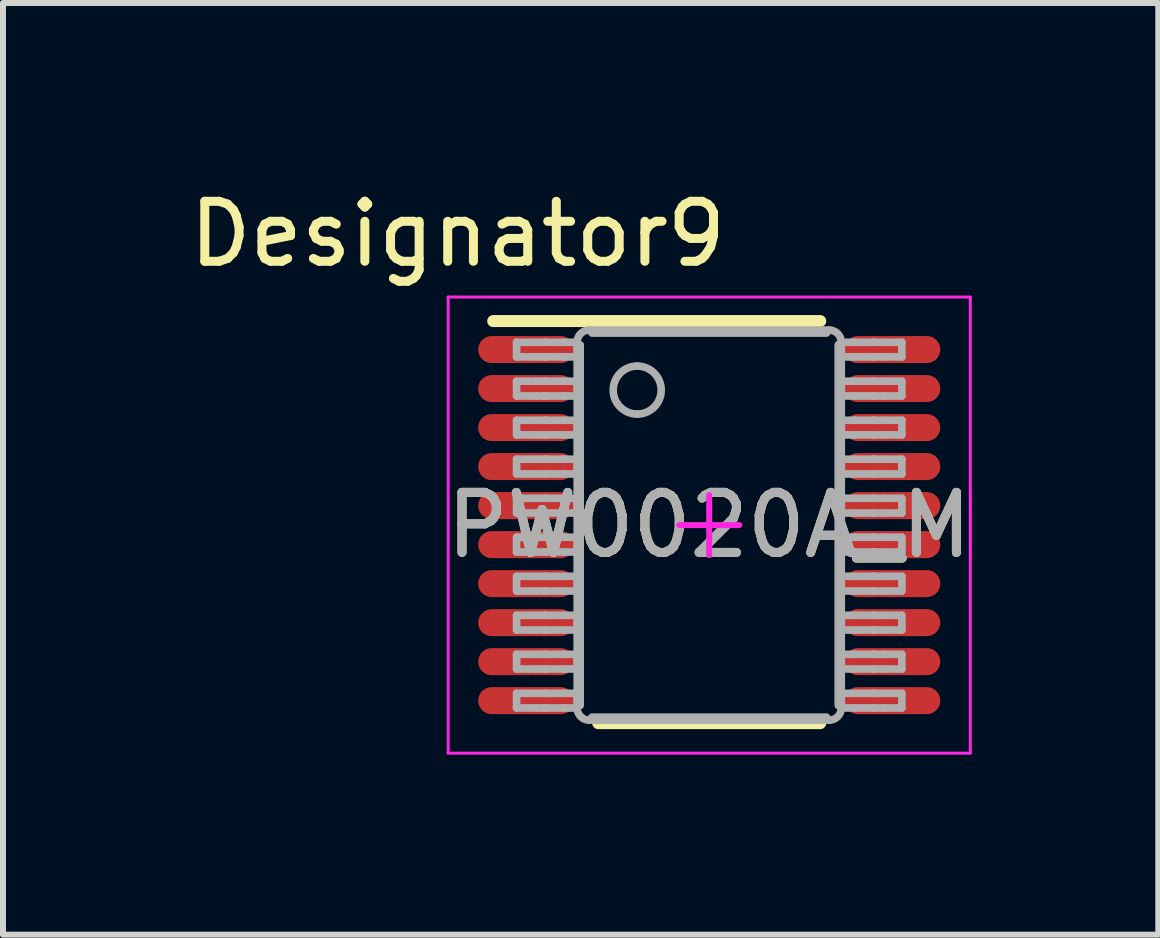
<source format=kicad_pcb>
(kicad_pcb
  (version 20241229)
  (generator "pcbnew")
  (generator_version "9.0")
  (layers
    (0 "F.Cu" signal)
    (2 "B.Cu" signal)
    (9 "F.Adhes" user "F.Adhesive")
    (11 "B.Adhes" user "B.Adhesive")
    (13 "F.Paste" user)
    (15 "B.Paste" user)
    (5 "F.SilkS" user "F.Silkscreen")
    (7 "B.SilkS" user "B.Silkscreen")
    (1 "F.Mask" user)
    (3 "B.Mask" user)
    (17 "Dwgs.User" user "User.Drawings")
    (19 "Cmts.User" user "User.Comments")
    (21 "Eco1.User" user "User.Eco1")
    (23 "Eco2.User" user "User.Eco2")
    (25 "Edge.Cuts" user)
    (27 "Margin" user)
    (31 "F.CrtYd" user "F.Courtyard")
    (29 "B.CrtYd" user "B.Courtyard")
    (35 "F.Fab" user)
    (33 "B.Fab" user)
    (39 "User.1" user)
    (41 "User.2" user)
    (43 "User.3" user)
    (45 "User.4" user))
  (footprint "PW0020A_M"
    (layer "F.Cu")
    (at 8.768 5.7)
    (property "Reference" "PW0020A_M" (at 0 0 0) (unlocked yes) (layer "F.SilkS") (effects (font (size 1 1) (thickness 0.15))))
    (attr smd)
    (fp_line (start -3.6 -3.4) (end 1.85 -3.4) (stroke (width 0.2) (type solid)) (layer "F.SilkS"))
    (fp_line (start -1.85 3.3) (end 1.85 3.3) (stroke (width 0.2) (type solid)) (layer "F.SilkS"))
    (fp_line (start -4.35 -3.8) (end 4.35 -3.8) (stroke (width 0.05) (type solid)) (layer "F.CrtYd"))
    (fp_line (start -4.35 3.8) (end -4.35 -3.8) (stroke (width 0.05) (type solid)) (layer "F.CrtYd"))
    (fp_line (start -4.35 3.8) (end 4.35 3.8) (stroke (width 0.05) (type solid)) (layer "F.CrtYd"))
    (fp_line (start -0.5 0) (end 0.5 0) (stroke (width 0.1) (type solid)) (layer "F.CrtYd"))
    (fp_line (start 0 0.5) (end 0 -0.5) (stroke (width 0.1) (type solid)) (layer "F.CrtYd"))
    (fp_line (start 4.35 3.8) (end 4.35 -3.8) (stroke (width 0.05) (type solid)) (layer "F.CrtYd"))
    (fp_line (start -3.21 -3.047) (end -2.887 -3.047) (stroke (width 0.127) (type solid)) (layer "F.Fab"))
    (fp_line (start -3.21 -2.803) (end -3.21 -3.047) (stroke (width 0.127) (type solid)) (layer "F.Fab"))
    (fp_line (start -3.21 -2.803) (end -2.887 -2.803) (stroke (width 0.127) (type solid)) (layer "F.Fab"))
    (fp_line (start -3.21 -2.398) (end -2.887 -2.398) (stroke (width 0.127) (type solid)) (layer "F.Fab"))
    (fp_line (start -3.21 -2.152) (end -3.21 -2.398) (stroke (width 0.127) (type solid)) (layer "F.Fab"))
    (fp_line (start -3.21 -2.152) (end -2.887 -2.152) (stroke (width 0.127) (type solid)) (layer "F.Fab"))
    (fp_line (start -3.21 -1.747) (end -2.887 -1.747) (stroke (width 0.127) (type solid)) (layer "F.Fab"))
    (fp_line (start -3.21 -1.503) (end -3.21 -1.747) (stroke (width 0.127) (type solid)) (layer "F.Fab"))
    (fp_line (start -3.21 -1.503) (end -2.887 -1.503) (stroke (width 0.127) (type solid)) (layer "F.Fab"))
    (fp_line (start -3.21 -1.098) (end -2.887 -1.098) (stroke (width 0.127) (type solid)) (layer "F.Fab"))
    (fp_line (start -3.21 -0.852) (end -3.21 -1.098) (stroke (width 0.127) (type solid)) (layer "F.Fab"))
    (fp_line (start -3.21 -0.852) (end -2.887 -0.852) (stroke (width 0.127) (type solid)) (layer "F.Fab"))
    (fp_line (start -3.21 -0.447) (end -2.887 -0.447) (stroke (width 0.127) (type solid)) (layer "F.Fab"))
    (fp_line (start -3.21 -0.202) (end -3.21 -0.447) (stroke (width 0.127) (type solid)) (layer "F.Fab"))
    (fp_line (start -3.21 -0.202) (end -2.887 -0.202) (stroke (width 0.127) (type solid)) (layer "F.Fab"))
    (fp_line (start -3.21 0.202) (end -2.887 0.202) (stroke (width 0.127) (type solid)) (layer "F.Fab"))
    (fp_line (start -3.21 0.448) (end -3.21 0.202) (stroke (width 0.127) (type solid)) (layer "F.Fab"))
    (fp_line (start -3.21 0.448) (end -2.887 0.448) (stroke (width 0.127) (type solid)) (layer "F.Fab"))
    (fp_line (start -3.21 0.853) (end -2.887 0.853) (stroke (width 0.127) (type solid)) (layer "F.Fab"))
    (fp_line (start -3.21 1.098) (end -3.21 0.853) (stroke (width 0.127) (type solid)) (layer "F.Fab"))
    (fp_line (start -3.21 1.098) (end -2.887 1.098) (stroke (width 0.127) (type solid)) (layer "F.Fab"))
    (fp_line (start -3.21 1.503) (end -2.887 1.503) (stroke (width 0.127) (type solid)) (layer "F.Fab"))
    (fp_line (start -3.21 1.748) (end -3.21 1.503) (stroke (width 0.127) (type solid)) (layer "F.Fab"))
    (fp_line (start -3.21 1.748) (end -2.887 1.748) (stroke (width 0.127) (type solid)) (layer "F.Fab"))
    (fp_line (start -3.21 2.153) (end -2.887 2.153) (stroke (width 0.127) (type solid)) (layer "F.Fab"))
    (fp_line (start -3.21 2.398) (end -3.21 2.153) (stroke (width 0.127) (type solid)) (layer "F.Fab"))
    (fp_line (start -3.21 2.398) (end -2.887 2.398) (stroke (width 0.127) (type solid)) (layer "F.Fab"))
    (fp_line (start -3.21 2.803) (end -2.887 2.803) (stroke (width 0.127) (type solid)) (layer "F.Fab"))
    (fp_line (start -3.21 3.047) (end -3.21 2.803) (stroke (width 0.127) (type solid)) (layer "F.Fab"))
    (fp_line (start -3.21 3.047) (end -2.887 3.047) (stroke (width 0.127) (type solid)) (layer "F.Fab"))
    (fp_line (start -2.887 -3.047) (end -2.739 -3.047) (stroke (width 0.127) (type solid)) (layer "F.Fab"))
    (fp_line (start -2.887 -2.803) (end -2.739 -2.803) (stroke (width 0.127) (type solid)) (layer "F.Fab"))
    (fp_line (start -2.887 -2.398) (end -2.739 -2.398) (stroke (width 0.127) (type solid)) (layer "F.Fab"))
    (fp_line (start -2.887 -2.152) (end -2.739 -2.152) (stroke (width 0.127) (type solid)) (layer "F.Fab"))
    (fp_line (start -2.887 -1.747) (end -2.739 -1.747) (stroke (width 0.127) (type solid)) (layer "F.Fab"))
    (fp_line (start -2.887 -1.503) (end -2.739 -1.503) (stroke (width 0.127) (type solid)) (layer "F.Fab"))
    (fp_line (start -2.887 -1.098) (end -2.739 -1.098) (stroke (width 0.127) (type solid)) (layer "F.Fab"))
    (fp_line (start -2.887 -0.852) (end -2.739 -0.852) (stroke (width 0.127) (type solid)) (layer "F.Fab"))
    (fp_line (start -2.887 -0.447) (end -2.739 -0.447) (stroke (width 0.127) (type solid)) (layer "F.Fab"))
    (fp_line (start -2.887 -0.202) (end -2.739 -0.202) (stroke (width 0.127) (type solid)) (layer "F.Fab"))
    (fp_line (start -2.887 0.202) (end -2.739 0.202) (stroke (width 0.127) (type solid)) (layer "F.Fab"))
    (fp_line (start -2.887 0.448) (end -2.739 0.448) (stroke (width 0.127) (type solid)) (layer "F.Fab"))
    (fp_line (start -2.887 0.853) (end -2.739 0.853) (stroke (width 0.127) (type solid)) (layer "F.Fab"))
    (fp_line (start -2.887 1.098) (end -2.739 1.098) (stroke (width 0.127) (type solid)) (layer "F.Fab"))
    (fp_line (start -2.887 1.503) (end -2.739 1.503) (stroke (width 0.127) (type solid)) (layer "F.Fab"))
    (fp_line (start -2.887 1.748) (end -2.739 1.748) (stroke (width 0.127) (type solid)) (layer "F.Fab"))
    (fp_line (start -2.887 2.153) (end -2.739 2.153) (stroke (width 0.127) (type solid)) (layer "F.Fab"))
    (fp_line (start -2.887 2.398) (end -2.739 2.398) (stroke (width 0.127) (type solid)) (layer "F.Fab"))
    (fp_line (start -2.887 2.803) (end -2.739 2.803) (stroke (width 0.127) (type solid)) (layer "F.Fab"))
    (fp_line (start -2.887 3.047) (end -2.739 3.047) (stroke (width 0.127) (type solid)) (layer "F.Fab"))
    (fp_line (start -2.739 -3.047) (end -2.733 -3.047) (stroke (width 0.127) (type solid)) (layer "F.Fab"))
    (fp_line (start -2.739 -2.803) (end -2.733 -2.803) (stroke (width 0.127) (type solid)) (layer "F.Fab"))
    (fp_line (start -2.739 -2.398) (end -2.733 -2.398) (stroke (width 0.127) (type solid)) (layer "F.Fab"))
    (fp_line (start -2.739 -2.152) (end -2.733 -2.152) (stroke (width 0.127) (type solid)) (layer "F.Fab"))
    (fp_line (start -2.739 -1.747) (end -2.733 -1.747) (stroke (width 0.127) (type solid)) (layer "F.Fab"))
    (fp_line (start -2.739 -1.503) (end -2.733 -1.503) (stroke (width 0.127) (type solid)) (layer "F.Fab"))
    (fp_line (start -2.739 -1.098) (end -2.733 -1.098) (stroke (width 0.127) (type solid)) (layer "F.Fab"))
    (fp_line (start -2.739 -0.852) (end -2.733 -0.852) (stroke (width 0.127) (type solid)) (layer "F.Fab"))
    (fp_line (start -2.739 -0.447) (end -2.733 -0.447) (stroke (width 0.127) (type solid)) (layer "F.Fab"))
    (fp_line (start -2.739 -0.202) (end -2.733 -0.202) (stroke (width 0.127) (type solid)) (layer "F.Fab"))
    (fp_line (start -2.739 0.202) (end -2.733 0.202) (stroke (width 0.127) (type solid)) (layer "F.Fab"))
    (fp_line (start -2.739 0.448) (end -2.733 0.448) (stroke (width 0.127) (type solid)) (layer "F.Fab"))
    (fp_line (start -2.739 0.853) (end -2.733 0.853) (stroke (width 0.127) (type solid)) (layer "F.Fab"))
    (fp_line (start -2.739 1.098) (end -2.733 1.098) (stroke (width 0.127) (type solid)) (layer "F.Fab"))
    (fp_line (start -2.739 1.503) (end -2.733 1.503) (stroke (width 0.127) (type solid)) (layer "F.Fab"))
    (fp_line (start -2.739 1.748) (end -2.733 1.748) (stroke (width 0.127) (type solid)) (layer "F.Fab"))
    (fp_line (start -2.739 2.153) (end -2.733 2.153) (stroke (width 0.127) (type solid)) (layer "F.Fab"))
    (fp_line (start -2.739 2.398) (end -2.733 2.398) (stroke (width 0.127) (type solid)) (layer "F.Fab"))
    (fp_line (start -2.739 2.803) (end -2.733 2.803) (stroke (width 0.127) (type solid)) (layer "F.Fab"))
    (fp_line (start -2.739 3.047) (end -2.733 3.047) (stroke (width 0.127) (type solid)) (layer "F.Fab"))
    (fp_line (start -2.733 -3.047) (end -2.431 -3.047) (stroke (width 0.127) (type solid)) (layer "F.Fab"))
    (fp_line (start -2.733 -2.803) (end -2.431 -2.803) (stroke (width 0.127) (type solid)) (layer "F.Fab"))
    (fp_line (start -2.733 -2.398) (end -2.431 -2.398) (stroke (width 0.127) (type solid)) (layer "F.Fab"))
    (fp_line (start -2.733 -2.152) (end -2.431 -2.152) (stroke (width 0.127) (type solid)) (layer "F.Fab"))
    (fp_line (start -2.733 -1.747) (end -2.431 -1.747) (stroke (width 0.127) (type solid)) (layer "F.Fab"))
    (fp_line (start -2.733 -1.503) (end -2.431 -1.503) (stroke (width 0.127) (type solid)) (layer "F.Fab"))
    (fp_line (start -2.733 -1.098) (end -2.431 -1.098) (stroke (width 0.127) (type solid)) (layer "F.Fab"))
    (fp_line (start -2.733 -0.852) (end -2.431 -0.852) (stroke (width 0.127) (type solid)) (layer "F.Fab"))
    (fp_line (start -2.733 -0.447) (end -2.431 -0.447) (stroke (width 0.127) (type solid)) (layer "F.Fab"))
    (fp_line (start -2.733 -0.202) (end -2.431 -0.202) (stroke (width 0.127) (type solid)) (layer "F.Fab"))
    (fp_line (start -2.733 0.202) (end -2.431 0.202) (stroke (width 0.127) (type solid)) (layer "F.Fab"))
    (fp_line (start -2.733 0.448) (end -2.431 0.448) (stroke (width 0.127) (type solid)) (layer "F.Fab"))
    (fp_line (start -2.733 0.853) (end -2.431 0.853) (stroke (width 0.127) (type solid)) (layer "F.Fab"))
    (fp_line (start -2.733 1.098) (end -2.431 1.098) (stroke (width 0.127) (type solid)) (layer "F.Fab"))
    (fp_line (start -2.733 1.503) (end -2.431 1.503) (stroke (width 0.127) (type solid)) (layer "F.Fab"))
    (fp_line (start -2.733 1.748) (end -2.431 1.748) (stroke (width 0.127) (type solid)) (layer "F.Fab"))
    (fp_line (start -2.733 2.153) (end -2.431 2.153) (stroke (width 0.127) (type solid)) (layer "F.Fab"))
    (fp_line (start -2.733 2.398) (end -2.431 2.398) (stroke (width 0.127) (type solid)) (layer "F.Fab"))
    (fp_line (start -2.733 2.803) (end -2.431 2.803) (stroke (width 0.127) (type solid)) (layer "F.Fab"))
    (fp_line (start -2.733 3.047) (end -2.431 3.047) (stroke (width 0.127) (type solid)) (layer "F.Fab"))
    (fp_line (start -2.431 -3.047) (end -2.2 -3.047) (stroke (width 0.127) (type solid)) (layer "F.Fab"))
    (fp_line (start -2.431 -2.803) (end -2.2 -2.803) (stroke (width 0.127) (type solid)) (layer "F.Fab"))
    (fp_line (start -2.431 -2.398) (end -2.2 -2.398) (stroke (width 0.127) (type solid)) (layer "F.Fab"))
    (fp_line (start -2.431 -2.152) (end -2.2 -2.152) (stroke (width 0.127) (type solid)) (layer "F.Fab"))
    (fp_line (start -2.431 -1.747) (end -2.2 -1.747) (stroke (width 0.127) (type solid)) (layer "F.Fab"))
    (fp_line (start -2.431 -1.503) (end -2.2 -1.503) (stroke (width 0.127) (type solid)) (layer "F.Fab"))
    (fp_line (start -2.431 -1.098) (end -2.2 -1.098) (stroke (width 0.127) (type solid)) (layer "F.Fab"))
    (fp_line (start -2.431 -0.852) (end -2.2 -0.852) (stroke (width 0.127) (type solid)) (layer "F.Fab"))
    (fp_line (start -2.431 -0.447) (end -2.2 -0.447) (stroke (width 0.127) (type solid)) (layer "F.Fab"))
    (fp_line (start -2.431 -0.202) (end -2.2 -0.202) (stroke (width 0.127) (type solid)) (layer "F.Fab"))
    (fp_line (start -2.431 0.202) (end -2.2 0.202) (stroke (width 0.127) (type solid)) (layer "F.Fab"))
    (fp_line (start -2.431 0.448) (end -2.2 0.448) (stroke (width 0.127) (type solid)) (layer "F.Fab"))
    (fp_line (start -2.431 0.853) (end -2.2 0.853) (stroke (width 0.127) (type solid)) (layer "F.Fab"))
    (fp_line (start -2.431 1.098) (end -2.2 1.098) (stroke (width 0.127) (type solid)) (layer "F.Fab"))
    (fp_line (start -2.431 1.503) (end -2.2 1.503) (stroke (width 0.127) (type solid)) (layer "F.Fab"))
    (fp_line (start -2.431 1.748) (end -2.2 1.748) (stroke (width 0.127) (type solid)) (layer "F.Fab"))
    (fp_line (start -2.431 2.153) (end -2.2 2.153) (stroke (width 0.127) (type solid)) (layer "F.Fab"))
    (fp_line (start -2.431 2.398) (end -2.2 2.398) (stroke (width 0.127) (type solid)) (layer "F.Fab"))
    (fp_line (start -2.431 2.803) (end -2.2 2.803) (stroke (width 0.127) (type solid)) (layer "F.Fab"))
    (fp_line (start -2.431 3.047) (end -2.2 3.047) (stroke (width 0.127) (type solid)) (layer "F.Fab"))
    (fp_line (start -2.2 -2.803) (end -2.2 -3.047) (stroke (width 0.127) (type solid)) (layer "F.Fab"))
    (fp_line (start -2.2 -2.152) (end -2.2 -2.398) (stroke (width 0.127) (type solid)) (layer "F.Fab"))
    (fp_line (start -2.2 -1.503) (end -2.2 -1.747) (stroke (width 0.127) (type solid)) (layer "F.Fab"))
    (fp_line (start -2.2 -0.852) (end -2.2 -1.098) (stroke (width 0.127) (type solid)) (layer "F.Fab"))
    (fp_line (start -2.2 -0.202) (end -2.2 -0.447) (stroke (width 0.127) (type solid)) (layer "F.Fab"))
    (fp_line (start -2.2 0.448) (end -2.2 0.202) (stroke (width 0.127) (type solid)) (layer "F.Fab"))
    (fp_line (start -2.2 1.098) (end -2.2 0.853) (stroke (width 0.127) (type solid)) (layer "F.Fab"))
    (fp_line (start -2.2 1.748) (end -2.2 1.503) (stroke (width 0.127) (type solid)) (layer "F.Fab"))
    (fp_line (start -2.2 2.398) (end -2.2 2.153) (stroke (width 0.127) (type solid)) (layer "F.Fab"))
    (fp_line (start -2.2 3.047) (end -2.2 2.803) (stroke (width 0.127) (type solid)) (layer "F.Fab"))
    (fp_line (start -2.2 3.05) (end -2.2 -3.05) (stroke (width 0.127) (type solid)) (layer "F.Fab"))
    (fp_line (start -2.15 3.004) (end -2.15 -3.004) (stroke (width 0.127) (type solid)) (layer "F.Fab"))
    (fp_line (start -2 -3.25) (end 2 -3.25) (stroke (width 0.127) (type solid)) (layer "F.Fab"))
    (fp_line (start -2 3.25) (end 2 3.25) (stroke (width 0.127) (type solid)) (layer "F.Fab"))
    (fp_line (start -1.954 -3.2) (end 1.954 -3.2) (stroke (width 0.127) (type solid)) (layer "F.Fab"))
    (fp_line (start -1.954 3.2) (end 1.954 3.2) (stroke (width 0.127) (type solid)) (layer "F.Fab"))
    (fp_line (start 2.15 3.004) (end 2.15 -3.004) (stroke (width 0.127) (type solid)) (layer "F.Fab"))
    (fp_line (start 2.2 -3.047) (end 2.43 -3.047) (stroke (width 0.127) (type solid)) (layer "F.Fab"))
    (fp_line (start 2.2 -2.803) (end 2.2 -3.047) (stroke (width 0.127) (type solid)) (layer "F.Fab"))
    (fp_line (start 2.2 -2.803) (end 2.43 -2.803) (stroke (width 0.127) (type solid)) (layer "F.Fab"))
    (fp_line (start 2.2 -2.398) (end 2.43 -2.398) (stroke (width 0.127) (type solid)) (layer "F.Fab"))
    (fp_line (start 2.2 -2.152) (end 2.2 -2.398) (stroke (width 0.127) (type solid)) (layer "F.Fab"))
    (fp_line (start 2.2 -2.152) (end 2.43 -2.152) (stroke (width 0.127) (type solid)) (layer "F.Fab"))
    (fp_line (start 2.2 -1.747) (end 2.43 -1.747) (stroke (width 0.127) (type solid)) (layer "F.Fab"))
    (fp_line (start 2.2 -1.503) (end 2.2 -1.747) (stroke (width 0.127) (type solid)) (layer "F.Fab"))
    (fp_line (start 2.2 -1.503) (end 2.43 -1.503) (stroke (width 0.127) (type solid)) (layer "F.Fab"))
    (fp_line (start 2.2 -1.098) (end 2.43 -1.098) (stroke (width 0.127) (type solid)) (layer "F.Fab"))
    (fp_line (start 2.2 -0.852) (end 2.2 -1.098) (stroke (width 0.127) (type solid)) (layer "F.Fab"))
    (fp_line (start 2.2 -0.852) (end 2.43 -0.852) (stroke (width 0.127) (type solid)) (layer "F.Fab"))
    (fp_line (start 2.2 -0.447) (end 2.43 -0.447) (stroke (width 0.127) (type solid)) (layer "F.Fab"))
    (fp_line (start 2.2 -0.202) (end 2.2 -0.447) (stroke (width 0.127) (type solid)) (layer "F.Fab"))
    (fp_line (start 2.2 -0.202) (end 2.43 -0.202) (stroke (width 0.127) (type solid)) (layer "F.Fab"))
    (fp_line (start 2.2 0.202) (end 2.43 0.202) (stroke (width 0.127) (type solid)) (layer "F.Fab"))
    (fp_line (start 2.2 0.448) (end 2.2 0.202) (stroke (width 0.127) (type solid)) (layer "F.Fab"))
    (fp_line (start 2.2 0.448) (end 2.43 0.448) (stroke (width 0.127) (type solid)) (layer "F.Fab"))
    (fp_line (start 2.2 0.853) (end 2.43 0.853) (stroke (width 0.127) (type solid)) (layer "F.Fab"))
    (fp_line (start 2.2 1.098) (end 2.2 0.853) (stroke (width 0.127) (type solid)) (layer "F.Fab"))
    (fp_line (start 2.2 1.098) (end 2.43 1.098) (stroke (width 0.127) (type solid)) (layer "F.Fab"))
    (fp_line (start 2.2 1.503) (end 2.43 1.503) (stroke (width 0.127) (type solid)) (layer "F.Fab"))
    (fp_line (start 2.2 1.748) (end 2.2 1.503) (stroke (width 0.127) (type solid)) (layer "F.Fab"))
    (fp_line (start 2.2 1.748) (end 2.43 1.748) (stroke (width 0.127) (type solid)) (layer "F.Fab"))
    (fp_line (start 2.2 2.153) (end 2.43 2.153) (stroke (width 0.127) (type solid)) (layer "F.Fab"))
    (fp_line (start 2.2 2.398) (end 2.2 2.153) (stroke (width 0.127) (type solid)) (layer "F.Fab"))
    (fp_line (start 2.2 2.398) (end 2.43 2.398) (stroke (width 0.127) (type solid)) (layer "F.Fab"))
    (fp_line (start 2.2 2.803) (end 2.43 2.803) (stroke (width 0.127) (type solid)) (layer "F.Fab"))
    (fp_line (start 2.2 3.047) (end 2.2 2.803) (stroke (width 0.127) (type solid)) (layer "F.Fab"))
    (fp_line (start 2.2 3.047) (end 2.43 3.047) (stroke (width 0.127) (type solid)) (layer "F.Fab"))
    (fp_line (start 2.2 3.05) (end 2.2 -3.05) (stroke (width 0.127) (type solid)) (layer "F.Fab"))
    (fp_line (start 2.43 -3.047) (end 2.733 -3.047) (stroke (width 0.127) (type solid)) (layer "F.Fab"))
    (fp_line (start 2.43 -2.803) (end 2.733 -2.803) (stroke (width 0.127) (type solid)) (layer "F.Fab"))
    (fp_line (start 2.43 -2.398) (end 2.733 -2.398) (stroke (width 0.127) (type solid)) (layer "F.Fab"))
    (fp_line (start 2.43 -2.152) (end 2.733 -2.152) (stroke (width 0.127) (type solid)) (layer "F.Fab"))
    (fp_line (start 2.43 -1.747) (end 2.733 -1.747) (stroke (width 0.127) (type solid)) (layer "F.Fab"))
    (fp_line (start 2.43 -1.503) (end 2.733 -1.503) (stroke (width 0.127) (type solid)) (layer "F.Fab"))
    (fp_line (start 2.43 -1.098) (end 2.733 -1.098) (stroke (width 0.127) (type solid)) (layer "F.Fab"))
    (fp_line (start 2.43 -0.852) (end 2.733 -0.852) (stroke (width 0.127) (type solid)) (layer "F.Fab"))
    (fp_line (start 2.43 -0.447) (end 2.733 -0.447) (stroke (width 0.127) (type solid)) (layer "F.Fab"))
    (fp_line (start 2.43 -0.202) (end 2.733 -0.202) (stroke (width 0.127) (type solid)) (layer "F.Fab"))
    (fp_line (start 2.43 0.202) (end 2.733 0.202) (stroke (width 0.127) (type solid)) (layer "F.Fab"))
    (fp_line (start 2.43 0.448) (end 2.733 0.448) (stroke (width 0.127) (type solid)) (layer "F.Fab"))
    (fp_line (start 2.43 0.853) (end 2.733 0.853) (stroke (width 0.127) (type solid)) (layer "F.Fab"))
    (fp_line (start 2.43 1.098) (end 2.733 1.098) (stroke (width 0.127) (type solid)) (layer "F.Fab"))
    (fp_line (start 2.43 1.503) (end 2.733 1.503) (stroke (width 0.127) (type solid)) (layer "F.Fab"))
    (fp_line (start 2.43 1.748) (end 2.733 1.748) (stroke (width 0.127) (type solid)) (layer "F.Fab"))
    (fp_line (start 2.43 2.153) (end 2.733 2.153) (stroke (width 0.127) (type solid)) (layer "F.Fab"))
    (fp_line (start 2.43 2.398) (end 2.733 2.398) (stroke (width 0.127) (type solid)) (layer "F.Fab"))
    (fp_line (start 2.43 2.803) (end 2.733 2.803) (stroke (width 0.127) (type solid)) (layer "F.Fab"))
    (fp_line (start 2.43 3.047) (end 2.733 3.047) (stroke (width 0.127) (type solid)) (layer "F.Fab"))
    (fp_line (start 2.733 -3.047) (end 2.739 -3.047) (stroke (width 0.127) (type solid)) (layer "F.Fab"))
    (fp_line (start 2.733 -2.803) (end 2.739 -2.803) (stroke (width 0.127) (type solid)) (layer "F.Fab"))
    (fp_line (start 2.733 -2.398) (end 2.739 -2.398) (stroke (width 0.127) (type solid)) (layer "F.Fab"))
    (fp_line (start 2.733 -2.152) (end 2.739 -2.152) (stroke (width 0.127) (type solid)) (layer "F.Fab"))
    (fp_line (start 2.733 -1.747) (end 2.739 -1.747) (stroke (width 0.127) (type solid)) (layer "F.Fab"))
    (fp_line (start 2.733 -1.503) (end 2.739 -1.503) (stroke (width 0.127) (type solid)) (layer "F.Fab"))
    (fp_line (start 2.733 -1.098) (end 2.739 -1.098) (stroke (width 0.127) (type solid)) (layer "F.Fab"))
    (fp_line (start 2.733 -0.852) (end 2.739 -0.852) (stroke (width 0.127) (type solid)) (layer "F.Fab"))
    (fp_line (start 2.733 -0.447) (end 2.739 -0.447) (stroke (width 0.127) (type solid)) (layer "F.Fab"))
    (fp_line (start 2.733 -0.202) (end 2.739 -0.202) (stroke (width 0.127) (type solid)) (layer "F.Fab"))
    (fp_line (start 2.733 0.202) (end 2.739 0.202) (stroke (width 0.127) (type solid)) (layer "F.Fab"))
    (fp_line (start 2.733 0.448) (end 2.739 0.448) (stroke (width 0.127) (type solid)) (layer "F.Fab"))
    (fp_line (start 2.733 0.853) (end 2.739 0.853) (stroke (width 0.127) (type solid)) (layer "F.Fab"))
    (fp_line (start 2.733 1.098) (end 2.739 1.098) (stroke (width 0.127) (type solid)) (layer "F.Fab"))
    (fp_line (start 2.733 1.503) (end 2.739 1.503) (stroke (width 0.127) (type solid)) (layer "F.Fab"))
    (fp_line (start 2.733 1.748) (end 2.739 1.748) (stroke (width 0.127) (type solid)) (layer "F.Fab"))
    (fp_line (start 2.733 2.153) (end 2.739 2.153) (stroke (width 0.127) (type solid)) (layer "F.Fab"))
    (fp_line (start 2.733 2.398) (end 2.739 2.398) (stroke (width 0.127) (type solid)) (layer "F.Fab"))
    (fp_line (start 2.733 2.803) (end 2.739 2.803) (stroke (width 0.127) (type solid)) (layer "F.Fab"))
    (fp_line (start 2.733 3.047) (end 2.739 3.047) (stroke (width 0.127) (type solid)) (layer "F.Fab"))
    (fp_line (start 2.739 -3.047) (end 2.887 -3.047) (stroke (width 0.127) (type solid)) (layer "F.Fab"))
    (fp_line (start 2.739 -2.803) (end 2.887 -2.803) (stroke (width 0.127) (type solid)) (layer "F.Fab"))
    (fp_line (start 2.739 -2.398) (end 2.887 -2.398) (stroke (width 0.127) (type solid)) (layer "F.Fab"))
    (fp_line (start 2.739 -2.152) (end 2.887 -2.152) (stroke (width 0.127) (type solid)) (layer "F.Fab"))
    (fp_line (start 2.739 -1.747) (end 2.887 -1.747) (stroke (width 0.127) (type solid)) (layer "F.Fab"))
    (fp_line (start 2.739 -1.503) (end 2.887 -1.503) (stroke (width 0.127) (type solid)) (layer "F.Fab"))
    (fp_line (start 2.739 -1.098) (end 2.887 -1.098) (stroke (width 0.127) (type solid)) (layer "F.Fab"))
    (fp_line (start 2.739 -0.852) (end 2.887 -0.852) (stroke (width 0.127) (type solid)) (layer "F.Fab"))
    (fp_line (start 2.739 -0.447) (end 2.887 -0.447) (stroke (width 0.127) (type solid)) (layer "F.Fab"))
    (fp_line (start 2.739 -0.202) (end 2.887 -0.202) (stroke (width 0.127) (type solid)) (layer "F.Fab"))
    (fp_line (start 2.739 0.202) (end 2.887 0.202) (stroke (width 0.127) (type solid)) (layer "F.Fab"))
    (fp_line (start 2.739 0.448) (end 2.887 0.448) (stroke (width 0.127) (type solid)) (layer "F.Fab"))
    (fp_line (start 2.739 0.853) (end 2.887 0.853) (stroke (width 0.127) (type solid)) (layer "F.Fab"))
    (fp_line (start 2.739 1.098) (end 2.887 1.098) (stroke (width 0.127) (type solid)) (layer "F.Fab"))
    (fp_line (start 2.739 1.503) (end 2.887 1.503) (stroke (width 0.127) (type solid)) (layer "F.Fab"))
    (fp_line (start 2.739 1.748) (end 2.887 1.748) (stroke (width 0.127) (type solid)) (layer "F.Fab"))
    (fp_line (start 2.739 2.153) (end 2.887 2.153) (stroke (width 0.127) (type solid)) (layer "F.Fab"))
    (fp_line (start 2.739 2.398) (end 2.887 2.398) (stroke (width 0.127) (type solid)) (layer "F.Fab"))
    (fp_line (start 2.739 2.803) (end 2.887 2.803) (stroke (width 0.127) (type solid)) (layer "F.Fab"))
    (fp_line (start 2.739 3.047) (end 2.887 3.047) (stroke (width 0.127) (type solid)) (layer "F.Fab"))
    (fp_line (start 2.887 -3.047) (end 3.21 -3.047) (stroke (width 0.127) (type solid)) (layer "F.Fab"))
    (fp_line (start 2.887 -2.803) (end 3.21 -2.803) (stroke (width 0.127) (type solid)) (layer "F.Fab"))
    (fp_line (start 2.887 -2.398) (end 3.21 -2.398) (stroke (width 0.127) (type solid)) (layer "F.Fab"))
    (fp_line (start 2.887 -2.152) (end 3.21 -2.152) (stroke (width 0.127) (type solid)) (layer "F.Fab"))
    (fp_line (start 2.887 -1.747) (end 3.21 -1.747) (stroke (width 0.127) (type solid)) (layer "F.Fab"))
    (fp_line (start 2.887 -1.503) (end 3.21 -1.503) (stroke (width 0.127) (type solid)) (layer "F.Fab"))
    (fp_line (start 2.887 -1.098) (end 3.21 -1.098) (stroke (width 0.127) (type solid)) (layer "F.Fab"))
    (fp_line (start 2.887 -0.852) (end 3.21 -0.852) (stroke (width 0.127) (type solid)) (layer "F.Fab"))
    (fp_line (start 2.887 -0.447) (end 3.21 -0.447) (stroke (width 0.127) (type solid)) (layer "F.Fab"))
    (fp_line (start 2.887 -0.202) (end 3.21 -0.202) (stroke (width 0.127) (type solid)) (layer "F.Fab"))
    (fp_line (start 2.887 0.202) (end 3.21 0.202) (stroke (width 0.127) (type solid)) (layer "F.Fab"))
    (fp_line (start 2.887 0.448) (end 3.21 0.448) (stroke (width 0.127) (type solid)) (layer "F.Fab"))
    (fp_line (start 2.887 0.853) (end 3.21 0.853) (stroke (width 0.127) (type solid)) (layer "F.Fab"))
    (fp_line (start 2.887 1.098) (end 3.21 1.098) (stroke (width 0.127) (type solid)) (layer "F.Fab"))
    (fp_line (start 2.887 1.503) (end 3.21 1.503) (stroke (width 0.127) (type solid)) (layer "F.Fab"))
    (fp_line (start 2.887 1.748) (end 3.21 1.748) (stroke (width 0.127) (type solid)) (layer "F.Fab"))
    (fp_line (start 2.887 2.153) (end 3.21 2.153) (stroke (width 0.127) (type solid)) (layer "F.Fab"))
    (fp_line (start 2.887 2.398) (end 3.21 2.398) (stroke (width 0.127) (type solid)) (layer "F.Fab"))
    (fp_line (start 2.887 2.803) (end 3.21 2.803) (stroke (width 0.127) (type solid)) (layer "F.Fab"))
    (fp_line (start 2.887 3.047) (end 3.21 3.047) (stroke (width 0.127) (type solid)) (layer "F.Fab"))
    (fp_line (start 3.21 -2.803) (end 3.21 -3.047) (stroke (width 0.127) (type solid)) (layer "F.Fab"))
    (fp_line (start 3.21 -2.152) (end 3.21 -2.398) (stroke (width 0.127) (type solid)) (layer "F.Fab"))
    (fp_line (start 3.21 -1.503) (end 3.21 -1.747) (stroke (width 0.127) (type solid)) (layer "F.Fab"))
    (fp_line (start 3.21 -0.852) (end 3.21 -1.098) (stroke (width 0.127) (type solid)) (layer "F.Fab"))
    (fp_line (start 3.21 -0.202) (end 3.21 -0.447) (stroke (width 0.127) (type solid)) (layer "F.Fab"))
    (fp_line (start 3.21 0.448) (end 3.21 0.202) (stroke (width 0.127) (type solid)) (layer "F.Fab"))
    (fp_line (start 3.21 1.098) (end 3.21 0.853) (stroke (width 0.127) (type solid)) (layer "F.Fab"))
    (fp_line (start 3.21 1.748) (end 3.21 1.503) (stroke (width 0.127) (type solid)) (layer "F.Fab"))
    (fp_line (start 3.21 2.398) (end 3.21 2.153) (stroke (width 0.127) (type solid)) (layer "F.Fab"))
    (fp_line (start 3.21 3.047) (end 3.21 2.803) (stroke (width 0.127) (type solid)) (layer "F.Fab"))
    (fp_arc (start -2.200026 -3.050001) (mid -2.141435 -3.191428) (end -2.000001 -3.250001) (stroke (width 0.127) (type solid)) (layer "F.Fab"))
    (fp_arc (start -2.000001 3.250011) (mid -2.141435 3.191438) (end -2.200026 3.050012) (stroke (width 0.127) (type solid)) (layer "F.Fab"))
    (fp_arc (start -1.200003 -2.650002) (mid -0.800003 -2.250003) (end -1.200003 -1.850004) (stroke (width 0.127) (type solid)) (layer "F.Fab"))
    (fp_arc (start -1.200003 -1.850004) (mid -1.600002 -2.250003) (end -1.200003 -2.650002) (stroke (width 0.127) (type solid)) (layer "F.Fab"))
    (fp_arc (start 1.999991 -3.250001) (mid 2.141412 -3.191423) (end 2.199991 -3.050002) (stroke (width 0.127) (type solid)) (layer "F.Fab"))
    (fp_arc (start 2.199991 3.050012) (mid 2.141412 3.191433) (end 1.999991 3.250011) (stroke (width 0.127) (type solid)) (layer "F.Fab"))
    (fp_text user "Designator9" (at -4.191 -4.851 0) (unlocked yes) (layer "F.SilkS") (effects (font (size 1 1) (thickness 0.15))))
    (fp_text user "${REFERENCE}" (at 0 0 0) (unlocked yes) (layer "F.Fab") (effects (font (size 1 1) (thickness 0.15))))
    (pad "1" smd oval (at -3.05 -2.925 90) (size 0.45 1.6) (layers "F.Cu" "F.Mask" "F.Paste"))
    (pad "2" smd oval (at -3.05 -2.275 90) (size 0.45 1.6) (layers "F.Cu" "F.Mask" "F.Paste"))
    (pad "3" smd oval (at -3.05 -1.625 90) (size 0.45 1.6) (layers "F.Cu" "F.Mask" "F.Paste"))
    (pad "4" smd oval (at -3.05 -0.975 90) (size 0.45 1.6) (layers "F.Cu" "F.Mask" "F.Paste"))
    (pad "5" smd oval (at -3.05 -0.325 90) (size 0.45 1.6) (layers "F.Cu" "F.Mask" "F.Paste"))
    (pad "6" smd oval (at -3.05 0.325 90) (size 0.45 1.6) (layers "F.Cu" "F.Mask" "F.Paste"))
    (pad "7" smd oval (at -3.05 0.975 90) (size 0.45 1.6) (layers "F.Cu" "F.Mask" "F.Paste"))
    (pad "8" smd oval (at -3.05 1.625 90) (size 0.45 1.6) (layers "F.Cu" "F.Mask" "F.Paste"))
    (pad "9" smd oval (at -3.05 2.275 90) (size 0.45 1.6) (layers "F.Cu" "F.Mask" "F.Paste"))
    (pad "10" smd oval (at -3.05 2.925 90) (size 0.45 1.6) (layers "F.Cu" "F.Mask" "F.Paste"))
    (pad "11" smd oval (at 3.05 2.925 90) (size 0.45 1.6) (layers "F.Cu" "F.Mask" "F.Paste"))
    (pad "12" smd oval (at 3.05 2.275 90) (size 0.45 1.6) (layers "F.Cu" "F.Mask" "F.Paste"))
    (pad "13" smd oval (at 3.05 1.625 90) (size 0.45 1.6) (layers "F.Cu" "F.Mask" "F.Paste"))
    (pad "14" smd oval (at 3.05 0.975 90) (size 0.45 1.6) (layers "F.Cu" "F.Mask" "F.Paste"))
    (pad "15" smd oval (at 3.05 0.325 90) (size 0.45 1.6) (layers "F.Cu" "F.Mask" "F.Paste"))
    (pad "16" smd oval (at 3.05 -0.325 90) (size 0.45 1.6) (layers "F.Cu" "F.Mask" "F.Paste"))
    (pad "17" smd oval (at 3.05 -0.975 90) (size 0.45 1.6) (layers "F.Cu" "F.Mask" "F.Paste"))
    (pad "18" smd oval (at 3.05 -1.625 90) (size 0.45 1.6) (layers "F.Cu" "F.Mask" "F.Paste"))
    (pad "19" smd oval (at 3.05 -2.275 90) (size 0.45 1.6) (layers "F.Cu" "F.Mask" "F.Paste"))
    (pad "20" smd oval (at 3.05 -2.925 90) (size 0.45 1.6) (layers "F.Cu" "F.Mask" "F.Paste")))
  (gr_rect
    (start -3 -3)
    (end 16.251 12.525)
    (stroke (width 0.1) (type default))
    (fill no)
    (layer "Edge.Cuts")))
</source>
